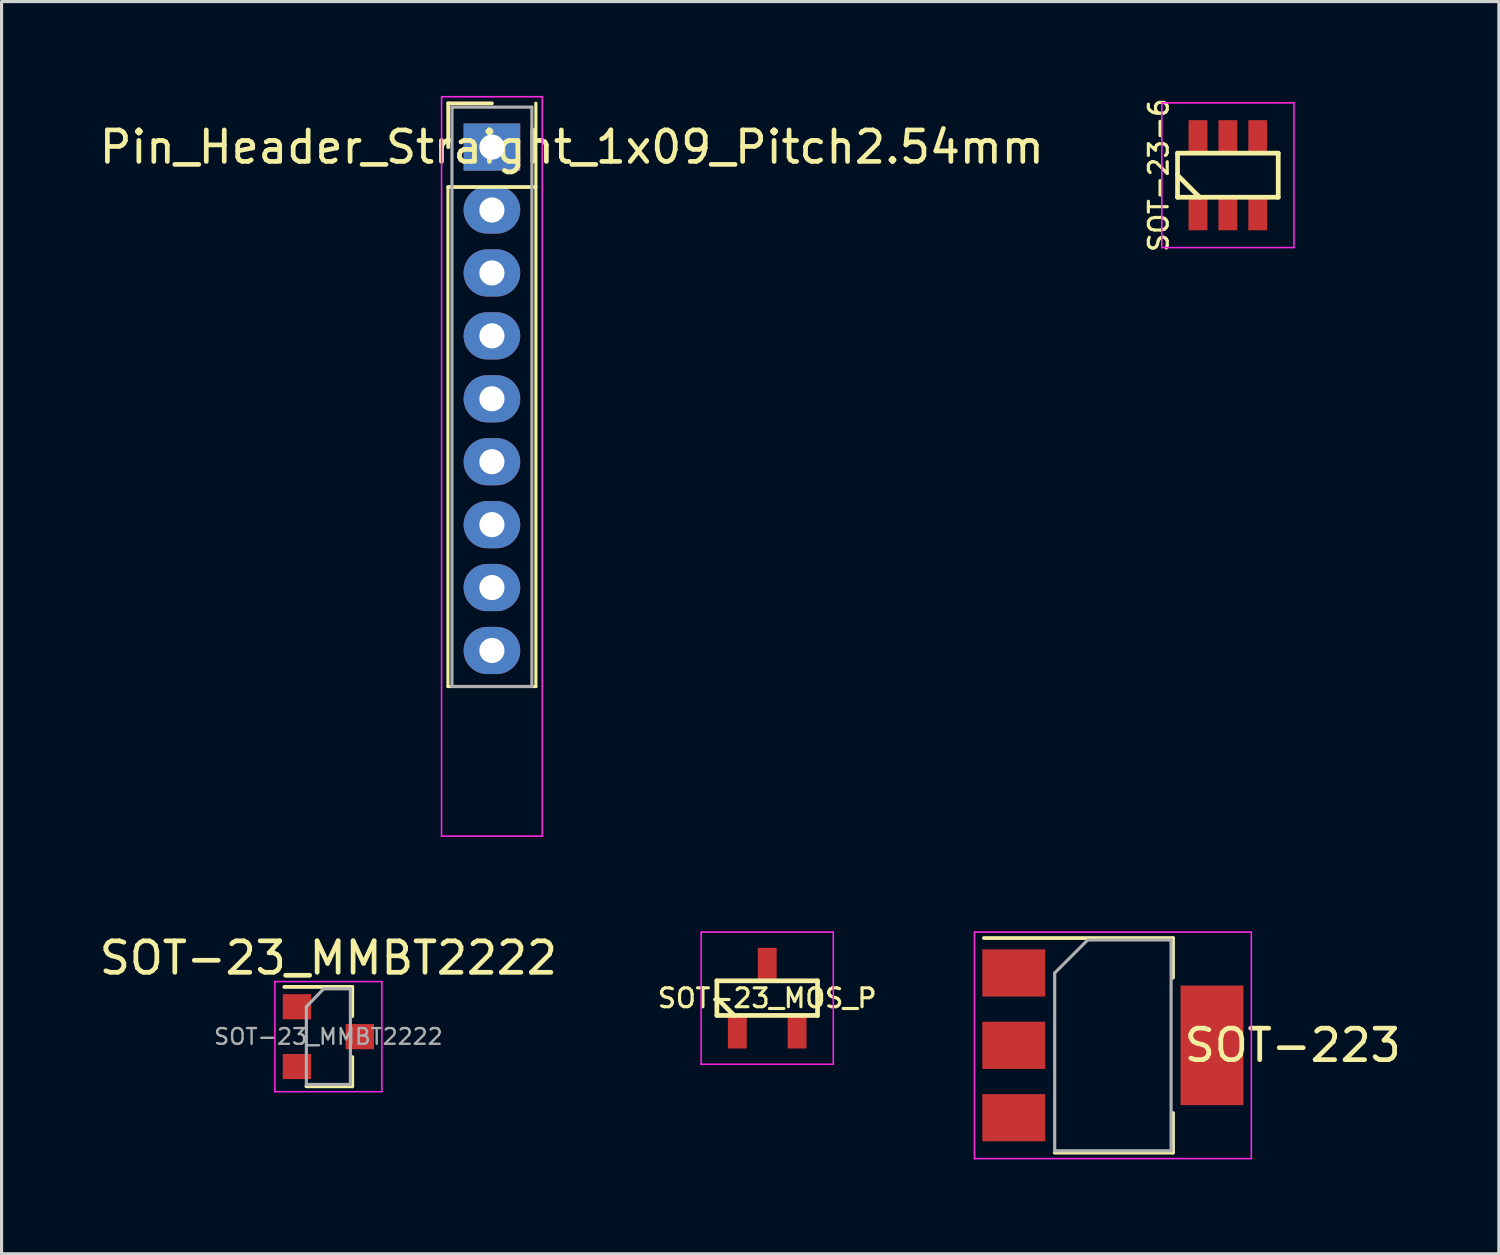
<source format=kicad_pcb>
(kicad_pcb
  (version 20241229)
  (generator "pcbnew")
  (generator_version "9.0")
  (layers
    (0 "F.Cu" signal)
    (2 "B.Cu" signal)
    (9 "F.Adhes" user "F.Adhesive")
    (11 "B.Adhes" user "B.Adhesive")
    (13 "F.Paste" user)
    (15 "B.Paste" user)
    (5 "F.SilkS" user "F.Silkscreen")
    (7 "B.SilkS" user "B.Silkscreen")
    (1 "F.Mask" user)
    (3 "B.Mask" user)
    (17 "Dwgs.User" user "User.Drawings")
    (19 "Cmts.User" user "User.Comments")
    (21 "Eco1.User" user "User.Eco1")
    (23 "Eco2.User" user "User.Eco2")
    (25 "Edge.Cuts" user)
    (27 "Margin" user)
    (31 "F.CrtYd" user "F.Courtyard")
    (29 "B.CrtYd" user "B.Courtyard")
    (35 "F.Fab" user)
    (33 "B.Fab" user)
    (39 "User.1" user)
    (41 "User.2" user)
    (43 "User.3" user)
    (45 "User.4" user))
  (footprint "SOT-223"
    (layer "F.Cu")
    (at 32.322 30.175)
    (property "Reference" "SOT-223" (at 5.715 0 0) (layer "F.SilkS") (effects (font (size 1 1) (thickness 0.15))))
    (attr smd)
    (fp_line (start -4.1 -3.41) (end 1.91 -3.41) (stroke (width 0.12) (type solid)) (layer "F.SilkS"))
    (fp_line (start -1.85 3.41) (end 1.91 3.41) (stroke (width 0.12) (type solid)) (layer "F.SilkS"))
    (fp_line (start 1.91 -3.41) (end 1.91 -2.15) (stroke (width 0.12) (type solid)) (layer "F.SilkS"))
    (fp_line (start 1.91 3.41) (end 1.91 2.15) (stroke (width 0.12) (type solid)) (layer "F.SilkS"))
    (fp_line (start -4.4 -3.6) (end -4.4 3.6) (stroke (width 0.05) (type solid)) (layer "F.CrtYd"))
    (fp_line (start -4.4 3.6) (end 4.4 3.6) (stroke (width 0.05) (type solid)) (layer "F.CrtYd"))
    (fp_line (start 4.4 -3.6) (end -4.4 -3.6) (stroke (width 0.05) (type solid)) (layer "F.CrtYd"))
    (fp_line (start 4.4 3.6) (end 4.4 -3.6) (stroke (width 0.05) (type solid)) (layer "F.CrtYd"))
    (fp_line (start -1.85 -2.3) (end -1.85 3.35) (stroke (width 0.1) (type solid)) (layer "F.Fab"))
    (fp_line (start -1.85 -2.3) (end -0.8 -3.35) (stroke (width 0.1) (type solid)) (layer "F.Fab"))
    (fp_line (start -1.85 3.35) (end 1.85 3.35) (stroke (width 0.1) (type solid)) (layer "F.Fab"))
    (fp_line (start -0.8 -3.35) (end 1.85 -3.35) (stroke (width 0.1) (type solid)) (layer "F.Fab"))
    (fp_line (start 1.85 -3.35) (end 1.85 3.35) (stroke (width 0.1) (type solid)) (layer "F.Fab"))
    (pad "1" smd rect (at -3.15 -2.3) (size 2 1.5) (layers "F.Cu" "F.Mask" "F.Paste"))
    (pad "2" smd rect (at -3.15 0) (size 2 1.5) (layers "F.Cu" "F.Mask" "F.Paste"))
    (pad "3" smd rect (at -3.15 2.3) (size 2 1.5) (layers "F.Cu" "F.Mask" "F.Paste"))
    (pad "4" smd rect (at 3.15 0) (size 2 3.8) (layers "F.Cu" "F.Mask" "F.Paste")))
  (footprint "SOT-23_MOS_P"
    (layer "F.Cu")
    (at 21.335 28.675)
    (property "Reference" "SOT-23_MOS_P" (at 0 0 0) (layer "F.SilkS") (effects (font (size 0.6 0.6) (thickness 0.1))))
    (attr through_hole)
    (fp_line (start -1.6 -0.55) (end -1.6 0.55) (stroke (width 0.15) (type solid)) (layer "F.SilkS"))
    (fp_line (start -1.6 -0.55) (end 1.6 -0.55) (stroke (width 0.15) (type solid)) (layer "F.SilkS"))
    (fp_line (start -1.6 0) (end -1.05 0.55) (stroke (width 0.15) (type solid)) (layer "F.SilkS"))
    (fp_line (start -1.6 0.55) (end 1.6 0.55) (stroke (width 0.15) (type solid)) (layer "F.SilkS"))
    (fp_line (start 1.6 -0.55) (end 1.6 0.55) (stroke (width 0.15) (type solid)) (layer "F.SilkS"))
    (fp_line (start -2.1 -2.1) (end -2.1 2.1) (stroke (width 0.05) (type solid)) (layer "F.CrtYd"))
    (fp_line (start -2.1 -2.1) (end 2.1 -2.1) (stroke (width 0.05) (type solid)) (layer "F.CrtYd"))
    (fp_line (start -2.1 2.1) (end 2.1 2.1) (stroke (width 0.05) (type solid)) (layer "F.CrtYd"))
    (fp_line (start 2.1 -2.1) (end 2.1 2.1) (stroke (width 0.05) (type solid)) (layer "F.CrtYd"))
    (pad "D" smd rect (at 0 -1.1) (size 0.6 1) (layers "F.Cu" "F.Mask"))
    (pad "G" smd rect (at -0.95 1.1) (size 0.6 1) (layers "F.Cu" "F.Mask"))
    (pad "S" smd rect (at 0.95 1.1) (size 0.6 1) (layers "F.Cu" "F.Mask")))
  (footprint "SOT-23-6"
    (layer "F.Cu")
    (at 35.977 2.519)
    (property "Reference" "SOT-23-6" (at -2.2 0 270) (layer "F.SilkS") (effects (font (size 0.6 0.6) (thickness 0.1))))
    (attr through_hole)
    (fp_line (start -1.6 -0.7) (end -1.6 0.7) (stroke (width 0.15) (type solid)) (layer "F.SilkS"))
    (fp_line (start -1.6 -0.7) (end 1.6 -0.7) (stroke (width 0.15) (type solid)) (layer "F.SilkS"))
    (fp_line (start -1.6 0) (end -0.9 0.7) (stroke (width 0.15) (type solid)) (layer "F.SilkS"))
    (fp_line (start -1.6 0.7) (end 1.6 0.7) (stroke (width 0.15) (type solid)) (layer "F.SilkS"))
    (fp_line (start 1.6 -0.7) (end 1.6 0.7) (stroke (width 0.15) (type solid)) (layer "F.SilkS"))
    (fp_line (start -2.1 -2.3) (end -2.1 2.3) (stroke (width 0.05) (type solid)) (layer "F.CrtYd"))
    (fp_line (start -2.1 -2.3) (end 2.1 -2.3) (stroke (width 0.05) (type solid)) (layer "F.CrtYd"))
    (fp_line (start 2.1 -2.3) (end 2.1 2.3) (stroke (width 0.05) (type solid)) (layer "F.CrtYd"))
    (fp_line (start 2.1 2.3) (end -2.1 2.3) (stroke (width 0.05) (type solid)) (layer "F.CrtYd"))
    (pad "1" smd rect (at -0.95 1.25) (size 0.6 1) (layers "F.Cu" "F.Mask"))
    (pad "2" smd rect (at 0 1.25) (size 0.6 1) (layers "F.Cu" "F.Mask"))
    (pad "3" smd rect (at 0.95 1.25) (size 0.6 1) (layers "F.Cu" "F.Mask"))
    (pad "4" smd rect (at 0.95 -1.25) (size 0.6 1) (layers "F.Cu" "F.Mask"))
    (pad "5" smd rect (at 0 -1.25) (size 0.6 1) (layers "F.Cu" "F.Mask"))
    (pad "6" smd rect (at -0.95 -1.25) (size 0.6 1) (layers "F.Cu" "F.Mask")))
  (footprint "SOT-23_MMBT2222"
    (layer "F.Cu")
    (at 7.387 29.898)
    (property "Reference" "SOT-23_MMBT2222" (at 0 -2.5 0) (layer "F.SilkS") (effects (font (size 1 1) (thickness 0.15))))
    (attr smd)
    (fp_line (start 0.76 -1.58) (end -1.4 -1.58) (stroke (width 0.12) (type solid)) (layer "F.SilkS"))
    (fp_line (start 0.76 -1.58) (end 0.76 -0.65) (stroke (width 0.12) (type solid)) (layer "F.SilkS"))
    (fp_line (start 0.76 1.58) (end -0.7 1.58) (stroke (width 0.12) (type solid)) (layer "F.SilkS"))
    (fp_line (start 0.76 1.58) (end 0.76 0.65) (stroke (width 0.12) (type solid)) (layer "F.SilkS"))
    (fp_line (start -1.7 -1.75) (end 1.7 -1.75) (stroke (width 0.05) (type solid)) (layer "F.CrtYd"))
    (fp_line (start -1.7 1.75) (end -1.7 -1.75) (stroke (width 0.05) (type solid)) (layer "F.CrtYd"))
    (fp_line (start 1.7 -1.75) (end 1.7 1.75) (stroke (width 0.05) (type solid)) (layer "F.CrtYd"))
    (fp_line (start 1.7 1.75) (end -1.7 1.75) (stroke (width 0.05) (type solid)) (layer "F.CrtYd"))
    (fp_line (start -0.7 -0.95) (end -0.7 1.5) (stroke (width 0.1) (type solid)) (layer "F.Fab"))
    (fp_line (start -0.7 -0.95) (end -0.15 -1.52) (stroke (width 0.1) (type solid)) (layer "F.Fab"))
    (fp_line (start -0.7 1.52) (end 0.7 1.52) (stroke (width 0.1) (type solid)) (layer "F.Fab"))
    (fp_line (start -0.15 -1.52) (end 0.7 -1.52) (stroke (width 0.1) (type solid)) (layer "F.Fab"))
    (fp_line (start 0.7 -1.52) (end 0.7 1.52) (stroke (width 0.1) (type solid)) (layer "F.Fab"))
    (fp_text user "${REFERENCE}" (at 0 0 0) (layer "F.Fab") (effects (font (size 0.5 0.5) (thickness 0.075))))
    (pad "1" smd rect (at -1 0.95) (size 0.9 0.8) (layers "F.Cu" "F.Mask" "F.Paste"))
    (pad "2" smd rect (at -1 -0.95) (size 0.9 0.8) (layers "F.Cu" "F.Mask" "F.Paste"))
    (pad "3" smd rect (at 1 0) (size 0.9 0.8) (layers "F.Cu" "F.Mask" "F.Paste")))
  (footprint "Pin_Header_Straight_1x09_Pitch2.54mm"
    (layer "F.Cu")
    (at 12.585 1.625)
    (property "Reference" "Pin_Header_Straight_1x09_Pitch2.54mm" (at 2.54 0 0) (layer "F.SilkS") (effects (font (size 1 1) (thickness 0.15))))
    (attr through_hole)
    (fp_line (start -1.397 17.145) (end -1.397 1.27) (stroke (width 0.1) (type solid)) (layer "F.SilkS"))
    (fp_line (start -1.397 17.145) (end 1.397 17.145) (stroke (width 0.1) (type solid)) (layer "F.SilkS"))
    (fp_line (start -1.39 -1.39) (end 0 -1.39) (stroke (width 0.12) (type solid)) (layer "F.SilkS"))
    (fp_line (start -1.39 0) (end -1.39 -1.39) (stroke (width 0.12) (type solid)) (layer "F.SilkS"))
    (fp_line (start 1.39 1.27) (end -1.39 1.27) (stroke (width 0.12) (type solid)) (layer "F.SilkS"))
    (fp_line (start 1.397 17.145) (end 1.397 -1.397) (stroke (width 0.1) (type solid)) (layer "F.SilkS"))
    (fp_line (start -1.6 -1.6) (end -1.6 21.9) (stroke (width 0.05) (type solid)) (layer "F.CrtYd"))
    (fp_line (start -1.6 21.9) (end 1.6 21.9) (stroke (width 0.05) (type solid)) (layer "F.CrtYd"))
    (fp_line (start 1.6 -1.6) (end -1.6 -1.6) (stroke (width 0.05) (type solid)) (layer "F.CrtYd"))
    (fp_line (start 1.6 21.9) (end 1.6 -1.6) (stroke (width 0.05) (type solid)) (layer "F.CrtYd"))
    (fp_line (start -1.27 17.145) (end -1.27 -1.27) (stroke (width 0.1) (type solid)) (layer "F.Fab"))
    (fp_line (start -1.27 17.145) (end 1.27 17.145) (stroke (width 0.1) (type solid)) (layer "F.Fab"))
    (fp_line (start 1.27 -1.27) (end -1.27 -1.27) (stroke (width 0.1) (type solid)) (layer "F.Fab"))
    (fp_line (start 1.27 -1.27) (end 1.27 17.145) (stroke (width 0.1) (type solid)) (layer "F.Fab"))
    (pad "1" thru_hole rect (at 0 0) (size 1.8 1.5) (drill 0.8) (layers "*.Cu" "*.Mask"))
    (pad "2" thru_hole oval (at 0 2) (size 1.8 1.5) (drill 0.8) (layers "*.Cu" "*.Mask"))
    (pad "3" thru_hole oval (at 0 4) (size 1.8 1.5) (drill 0.8) (layers "*.Cu" "*.Mask"))
    (pad "4" thru_hole oval (at 0 6) (size 1.8 1.5) (drill 0.8) (layers "*.Cu" "*.Mask"))
    (pad "5" thru_hole oval (at 0 8) (size 1.8 1.5) (drill 0.8) (layers "*.Cu" "*.Mask"))
    (pad "6" thru_hole oval (at 0 10) (size 1.8 1.5) (drill 0.8) (layers "*.Cu" "*.Mask"))
    (pad "7" thru_hole oval (at 0 12) (size 1.8 1.5) (drill 0.8) (layers "*.Cu" "*.Mask"))
    (pad "8" thru_hole oval (at 0 14) (size 1.8 1.5) (drill 0.8) (layers "*.Cu" "*.Mask"))
    (pad "9" thru_hole oval (at 0 16) (size 1.8 1.5) (drill 0.8) (layers "*.Cu" "*.Mask")))
  (gr_rect
    (start -3 -3)
    (end 44.59 36.8)
    (stroke (width 0.1) (type default))
    (fill no)
    (layer "Edge.Cuts")))
</source>
